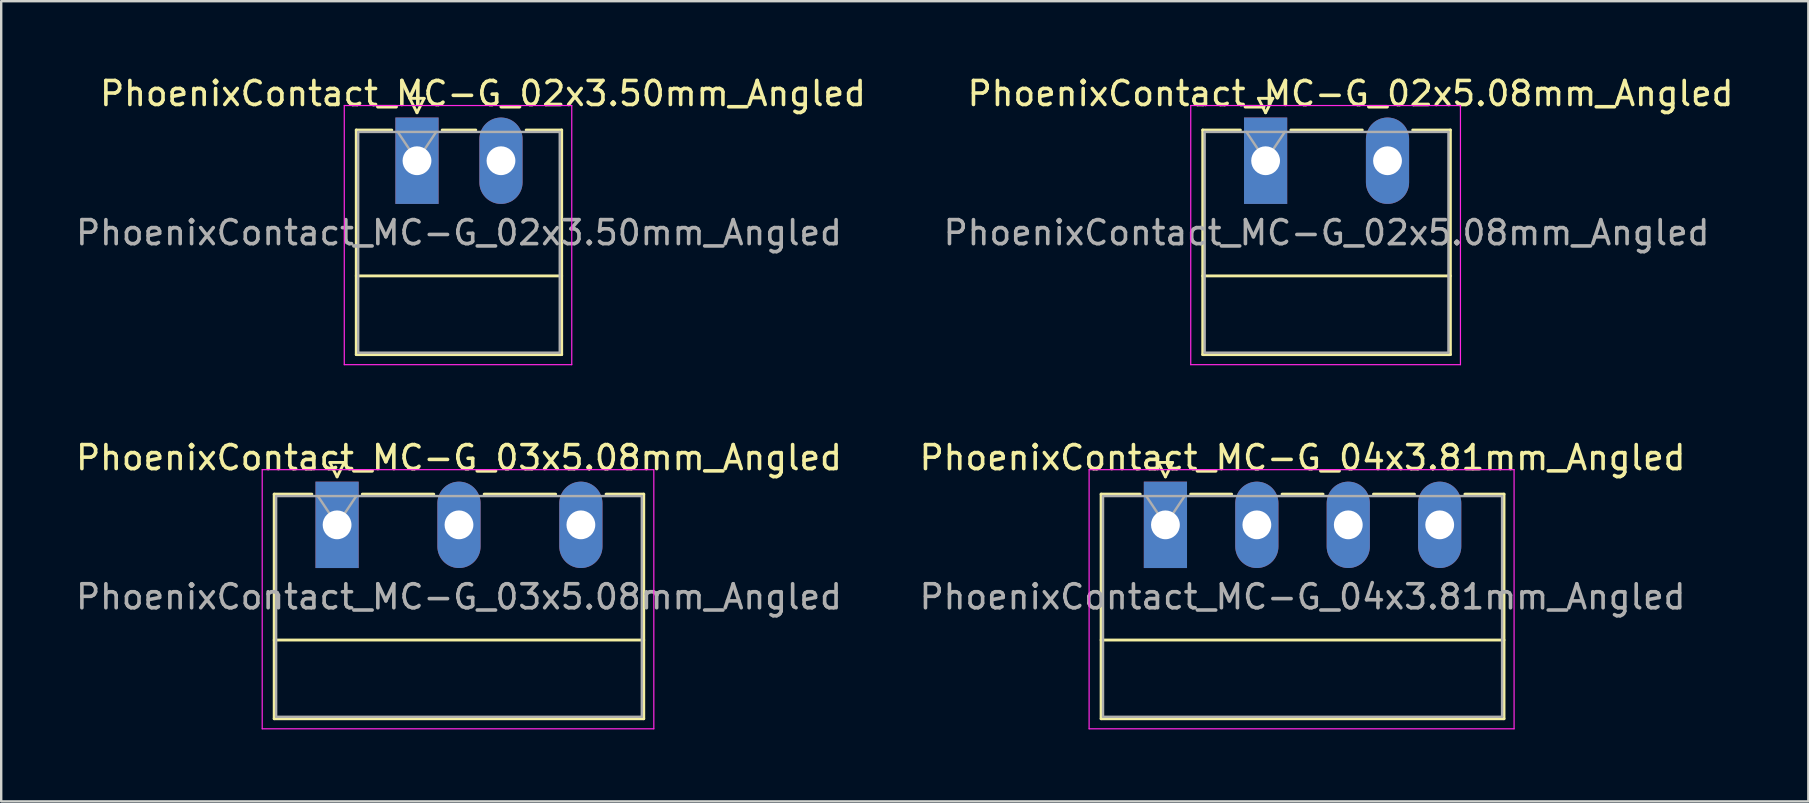
<source format=kicad_pcb>
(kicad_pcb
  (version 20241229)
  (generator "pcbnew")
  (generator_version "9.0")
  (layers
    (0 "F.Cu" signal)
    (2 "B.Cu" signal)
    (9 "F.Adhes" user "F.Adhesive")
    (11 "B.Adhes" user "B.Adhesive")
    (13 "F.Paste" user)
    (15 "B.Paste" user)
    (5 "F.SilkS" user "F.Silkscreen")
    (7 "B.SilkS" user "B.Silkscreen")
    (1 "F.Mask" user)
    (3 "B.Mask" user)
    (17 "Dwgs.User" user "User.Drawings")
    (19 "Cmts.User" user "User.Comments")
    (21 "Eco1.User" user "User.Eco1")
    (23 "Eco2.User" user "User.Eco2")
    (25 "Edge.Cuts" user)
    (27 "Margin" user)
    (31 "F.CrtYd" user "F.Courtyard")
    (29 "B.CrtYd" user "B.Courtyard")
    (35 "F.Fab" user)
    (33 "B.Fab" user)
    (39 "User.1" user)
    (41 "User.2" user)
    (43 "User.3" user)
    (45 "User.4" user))
  (footprint "PhoenixContact_MC-G_04x3.81mm_Angled"
    (layer "F.Cu")
    (at 45.517 18.822)
    (property "Reference" "PhoenixContact_MC-G_04x3.81mm_Angled" (at 5.715 -2.8 0) (layer "F.SilkS") (effects (font (size 1 1) (thickness 0.15))))
    (attr through_hole)
    (fp_line (start -2.68 -1.28) (end -2.68 8.08) (stroke (width 0.12) (type solid)) (layer "F.SilkS"))
    (fp_line (start -2.68 -1.28) (end -1.05 -1.28) (stroke (width 0.12) (type solid)) (layer "F.SilkS"))
    (fp_line (start -2.68 4.8) (end 14.11 4.8) (stroke (width 0.12) (type solid)) (layer "F.SilkS"))
    (fp_line (start -2.68 8.08) (end 14.11 8.08) (stroke (width 0.12) (type solid)) (layer "F.SilkS"))
    (fp_line (start -0.3 -2.6) (end 0.3 -2.6) (stroke (width 0.12) (type solid)) (layer "F.SilkS"))
    (fp_line (start 0 -2) (end -0.3 -2.6) (stroke (width 0.12) (type solid)) (layer "F.SilkS"))
    (fp_line (start 0.3 -2.6) (end 0 -2) (stroke (width 0.12) (type solid)) (layer "F.SilkS"))
    (fp_line (start 1.05 -1.28) (end 2.76 -1.28) (stroke (width 0.12) (type solid)) (layer "F.SilkS"))
    (fp_line (start 4.86 -1.28) (end 6.57 -1.28) (stroke (width 0.12) (type solid)) (layer "F.SilkS"))
    (fp_line (start 8.67 -1.28) (end 10.38 -1.28) (stroke (width 0.12) (type solid)) (layer "F.SilkS"))
    (fp_line (start 14.11 -1.28) (end 12.48 -1.28) (stroke (width 0.12) (type solid)) (layer "F.SilkS"))
    (fp_line (start 14.11 8.08) (end 14.11 -1.28) (stroke (width 0.12) (type solid)) (layer "F.SilkS"))
    (fp_line (start -3.18 -2.3) (end -3.18 8.5) (stroke (width 0.05) (type solid)) (layer "F.CrtYd"))
    (fp_line (start -3.18 8.5) (end 14.53 8.5) (stroke (width 0.05) (type solid)) (layer "F.CrtYd"))
    (fp_line (start 14.53 -2.3) (end -3.18 -2.3) (stroke (width 0.05) (type solid)) (layer "F.CrtYd"))
    (fp_line (start 14.53 8.5) (end 14.53 -2.3) (stroke (width 0.05) (type solid)) (layer "F.CrtYd"))
    (fp_line (start -2.6 -1.2) (end -2.6 8) (stroke (width 0.1) (type solid)) (layer "F.Fab"))
    (fp_line (start -2.6 8) (end 14.03 8) (stroke (width 0.1) (type solid)) (layer "F.Fab"))
    (fp_line (start 0 0) (end -0.8 -1.2) (stroke (width 0.1) (type solid)) (layer "F.Fab"))
    (fp_line (start 0.8 -1.2) (end 0 0) (stroke (width 0.1) (type solid)) (layer "F.Fab"))
    (fp_line (start 14.03 -1.2) (end -2.6 -1.2) (stroke (width 0.1) (type solid)) (layer "F.Fab"))
    (fp_line (start 14.03 8) (end 14.03 -1.2) (stroke (width 0.1) (type solid)) (layer "F.Fab"))
    (fp_text user "${REFERENCE}" (at 5.715 3 0) (layer "F.Fab") (effects (font (size 1 1) (thickness 0.15))))
    (pad "1" thru_hole rect (at 0 0) (size 1.8 3.6) (drill 1.2) (layers "*.Cu" "*.Mask"))
    (pad "2" thru_hole oval (at 3.81 0) (size 1.8 3.6) (drill 1.2) (layers "*.Cu" "*.Mask"))
    (pad "3" thru_hole oval (at 7.62 0) (size 1.8 3.6) (drill 1.2) (layers "*.Cu" "*.Mask"))
    (pad "4" thru_hole oval (at 11.43 0) (size 1.8 3.6) (drill 1.2) (layers "*.Cu" "*.Mask")))
  (footprint "PhoenixContact_MC-G_02x3.50mm_Angled"
    (layer "F.Cu")
    (at 14.327 3.648)
    (property "Reference" "PhoenixContact_MC-G_02x3.50mm_Angled" (at 2.75 -2.8 0) (layer "F.SilkS") (effects (font (size 1 1) (thickness 0.15))))
    (attr through_hole)
    (fp_line (start -2.53 -1.28) (end -2.53 8.08) (stroke (width 0.12) (type solid)) (layer "F.SilkS"))
    (fp_line (start -2.53 -1.28) (end -1.05 -1.28) (stroke (width 0.12) (type solid)) (layer "F.SilkS"))
    (fp_line (start -2.53 4.8) (end 6.03 4.8) (stroke (width 0.12) (type solid)) (layer "F.SilkS"))
    (fp_line (start -2.53 8.08) (end 6.03 8.08) (stroke (width 0.12) (type solid)) (layer "F.SilkS"))
    (fp_line (start -0.3 -2.6) (end 0.3 -2.6) (stroke (width 0.12) (type solid)) (layer "F.SilkS"))
    (fp_line (start 0 -2) (end -0.3 -2.6) (stroke (width 0.12) (type solid)) (layer "F.SilkS"))
    (fp_line (start 0.3 -2.6) (end 0 -2) (stroke (width 0.12) (type solid)) (layer "F.SilkS"))
    (fp_line (start 1.05 -1.28) (end 2.45 -1.28) (stroke (width 0.12) (type solid)) (layer "F.SilkS"))
    (fp_line (start 6.03 -1.28) (end 4.55 -1.28) (stroke (width 0.12) (type solid)) (layer "F.SilkS"))
    (fp_line (start 6.03 8.08) (end 6.03 -1.28) (stroke (width 0.12) (type solid)) (layer "F.SilkS"))
    (fp_line (start -3.03 -2.3) (end -3.03 8.5) (stroke (width 0.05) (type solid)) (layer "F.CrtYd"))
    (fp_line (start -3.03 8.5) (end 6.45 8.5) (stroke (width 0.05) (type solid)) (layer "F.CrtYd"))
    (fp_line (start 6.45 -2.3) (end -3.03 -2.3) (stroke (width 0.05) (type solid)) (layer "F.CrtYd"))
    (fp_line (start 6.45 8.5) (end 6.45 -2.3) (stroke (width 0.05) (type solid)) (layer "F.CrtYd"))
    (fp_line (start -2.45 -1.2) (end -2.45 8) (stroke (width 0.1) (type solid)) (layer "F.Fab"))
    (fp_line (start -2.45 8) (end 5.95 8) (stroke (width 0.1) (type solid)) (layer "F.Fab"))
    (fp_line (start 0 0) (end -0.8 -1.2) (stroke (width 0.1) (type solid)) (layer "F.Fab"))
    (fp_line (start 0.8 -1.2) (end 0 0) (stroke (width 0.1) (type solid)) (layer "F.Fab"))
    (fp_line (start 5.95 -1.2) (end -2.45 -1.2) (stroke (width 0.1) (type solid)) (layer "F.Fab"))
    (fp_line (start 5.95 8) (end 5.95 -1.2) (stroke (width 0.1) (type solid)) (layer "F.Fab"))
    (fp_text user "${REFERENCE}" (at 1.75 3 0) (layer "F.Fab") (effects (font (size 1 1) (thickness 0.15))))
    (pad "1" thru_hole rect (at 0 0) (size 1.8 3.6) (drill 1.2) (layers "*.Cu" "*.Mask"))
    (pad "2" thru_hole oval (at 3.5 0) (size 1.8 3.6) (drill 1.2) (layers "*.Cu" "*.Mask")))
  (footprint "PhoenixContact_MC-G_02x5.08mm_Angled"
    (layer "F.Cu")
    (at 49.692 3.648)
    (property "Reference" "PhoenixContact_MC-G_02x5.08mm_Angled" (at 3.54 -2.8 0) (layer "F.SilkS") (effects (font (size 1 1) (thickness 0.15))))
    (attr through_hole)
    (fp_line (start -2.62 -1.28) (end -2.62 8.08) (stroke (width 0.12) (type solid)) (layer "F.SilkS"))
    (fp_line (start -2.62 -1.28) (end -1.05 -1.28) (stroke (width 0.12) (type solid)) (layer "F.SilkS"))
    (fp_line (start -2.62 4.8) (end 7.7 4.8) (stroke (width 0.12) (type solid)) (layer "F.SilkS"))
    (fp_line (start -2.62 8.08) (end 7.7 8.08) (stroke (width 0.12) (type solid)) (layer "F.SilkS"))
    (fp_line (start -0.3 -2.6) (end 0.3 -2.6) (stroke (width 0.12) (type solid)) (layer "F.SilkS"))
    (fp_line (start 0 -2) (end -0.3 -2.6) (stroke (width 0.12) (type solid)) (layer "F.SilkS"))
    (fp_line (start 0.3 -2.6) (end 0 -2) (stroke (width 0.12) (type solid)) (layer "F.SilkS"))
    (fp_line (start 1.05 -1.28) (end 4.03 -1.28) (stroke (width 0.12) (type solid)) (layer "F.SilkS"))
    (fp_line (start 7.7 -1.28) (end 6.13 -1.28) (stroke (width 0.12) (type solid)) (layer "F.SilkS"))
    (fp_line (start 7.7 8.08) (end 7.7 -1.28) (stroke (width 0.12) (type solid)) (layer "F.SilkS"))
    (fp_line (start -3.12 -2.3) (end -3.12 8.5) (stroke (width 0.05) (type solid)) (layer "F.CrtYd"))
    (fp_line (start -3.12 8.5) (end 8.12 8.5) (stroke (width 0.05) (type solid)) (layer "F.CrtYd"))
    (fp_line (start 8.12 -2.3) (end -3.12 -2.3) (stroke (width 0.05) (type solid)) (layer "F.CrtYd"))
    (fp_line (start 8.12 8.5) (end 8.12 -2.3) (stroke (width 0.05) (type solid)) (layer "F.CrtYd"))
    (fp_line (start -2.54 -1.2) (end -2.54 8) (stroke (width 0.1) (type solid)) (layer "F.Fab"))
    (fp_line (start -2.54 8) (end 7.62 8) (stroke (width 0.1) (type solid)) (layer "F.Fab"))
    (fp_line (start 0 0) (end -0.8 -1.2) (stroke (width 0.1) (type solid)) (layer "F.Fab"))
    (fp_line (start 0.8 -1.2) (end 0 0) (stroke (width 0.1) (type solid)) (layer "F.Fab"))
    (fp_line (start 7.62 -1.2) (end -2.54 -1.2) (stroke (width 0.1) (type solid)) (layer "F.Fab"))
    (fp_line (start 7.62 8) (end 7.62 -1.2) (stroke (width 0.1) (type solid)) (layer "F.Fab"))
    (fp_text user "${REFERENCE}" (at 2.54 3 0) (layer "F.Fab") (effects (font (size 1 1) (thickness 0.15))))
    (pad "1" thru_hole rect (at 0 0) (size 1.8 3.6) (drill 1.2) (layers "*.Cu" "*.Mask"))
    (pad "2" thru_hole oval (at 5.08 0) (size 1.8 3.6) (drill 1.2) (layers "*.Cu" "*.Mask")))
  (footprint "PhoenixContact_MC-G_03x5.08mm_Angled"
    (layer "F.Cu")
    (at 10.997 18.822)
    (property "Reference" "PhoenixContact_MC-G_03x5.08mm_Angled" (at 5.08 -2.8 0) (layer "F.SilkS") (effects (font (size 1 1) (thickness 0.15))))
    (attr through_hole)
    (fp_line (start -2.62 -1.28) (end -2.62 8.08) (stroke (width 0.12) (type solid)) (layer "F.SilkS"))
    (fp_line (start -2.62 -1.28) (end -1.05 -1.28) (stroke (width 0.12) (type solid)) (layer "F.SilkS"))
    (fp_line (start -2.62 4.8) (end 12.78 4.8) (stroke (width 0.12) (type solid)) (layer "F.SilkS"))
    (fp_line (start -2.62 8.08) (end 12.78 8.08) (stroke (width 0.12) (type solid)) (layer "F.SilkS"))
    (fp_line (start -0.3 -2.6) (end 0.3 -2.6) (stroke (width 0.12) (type solid)) (layer "F.SilkS"))
    (fp_line (start 0 -2) (end -0.3 -2.6) (stroke (width 0.12) (type solid)) (layer "F.SilkS"))
    (fp_line (start 0.3 -2.6) (end 0 -2) (stroke (width 0.12) (type solid)) (layer "F.SilkS"))
    (fp_line (start 1.05 -1.28) (end 4.03 -1.28) (stroke (width 0.12) (type solid)) (layer "F.SilkS"))
    (fp_line (start 6.13 -1.28) (end 9.11 -1.28) (stroke (width 0.12) (type solid)) (layer "F.SilkS"))
    (fp_line (start 12.78 -1.28) (end 11.21 -1.28) (stroke (width 0.12) (type solid)) (layer "F.SilkS"))
    (fp_line (start 12.78 8.08) (end 12.78 -1.28) (stroke (width 0.12) (type solid)) (layer "F.SilkS"))
    (fp_line (start -3.12 -2.3) (end -3.12 8.5) (stroke (width 0.05) (type solid)) (layer "F.CrtYd"))
    (fp_line (start -3.12 8.5) (end 13.2 8.5) (stroke (width 0.05) (type solid)) (layer "F.CrtYd"))
    (fp_line (start 13.2 -2.3) (end -3.12 -2.3) (stroke (width 0.05) (type solid)) (layer "F.CrtYd"))
    (fp_line (start 13.2 8.5) (end 13.2 -2.3) (stroke (width 0.05) (type solid)) (layer "F.CrtYd"))
    (fp_line (start -2.54 -1.2) (end -2.54 8) (stroke (width 0.1) (type solid)) (layer "F.Fab"))
    (fp_line (start -2.54 8) (end 12.7 8) (stroke (width 0.1) (type solid)) (layer "F.Fab"))
    (fp_line (start 0 0) (end -0.8 -1.2) (stroke (width 0.1) (type solid)) (layer "F.Fab"))
    (fp_line (start 0.8 -1.2) (end 0 0) (stroke (width 0.1) (type solid)) (layer "F.Fab"))
    (fp_line (start 12.7 -1.2) (end -2.54 -1.2) (stroke (width 0.1) (type solid)) (layer "F.Fab"))
    (fp_line (start 12.7 8) (end 12.7 -1.2) (stroke (width 0.1) (type solid)) (layer "F.Fab"))
    (fp_text user "${REFERENCE}" (at 5.08 3 0) (layer "F.Fab") (effects (font (size 1 1) (thickness 0.15))))
    (pad "1" thru_hole rect (at 0 0) (size 1.8 3.6) (drill 1.2) (layers "*.Cu" "*.Mask"))
    (pad "2" thru_hole oval (at 5.08 0) (size 1.8 3.6) (drill 1.2) (layers "*.Cu" "*.Mask"))
    (pad "3" thru_hole oval (at 10.16 0) (size 1.8 3.6) (drill 1.2) (layers "*.Cu" "*.Mask")))
  (gr_rect
    (start -3 -3)
    (end 72.31 30.346)
    (stroke (width 0.1) (type default))
    (fill no)
    (layer "Edge.Cuts")))
</source>
